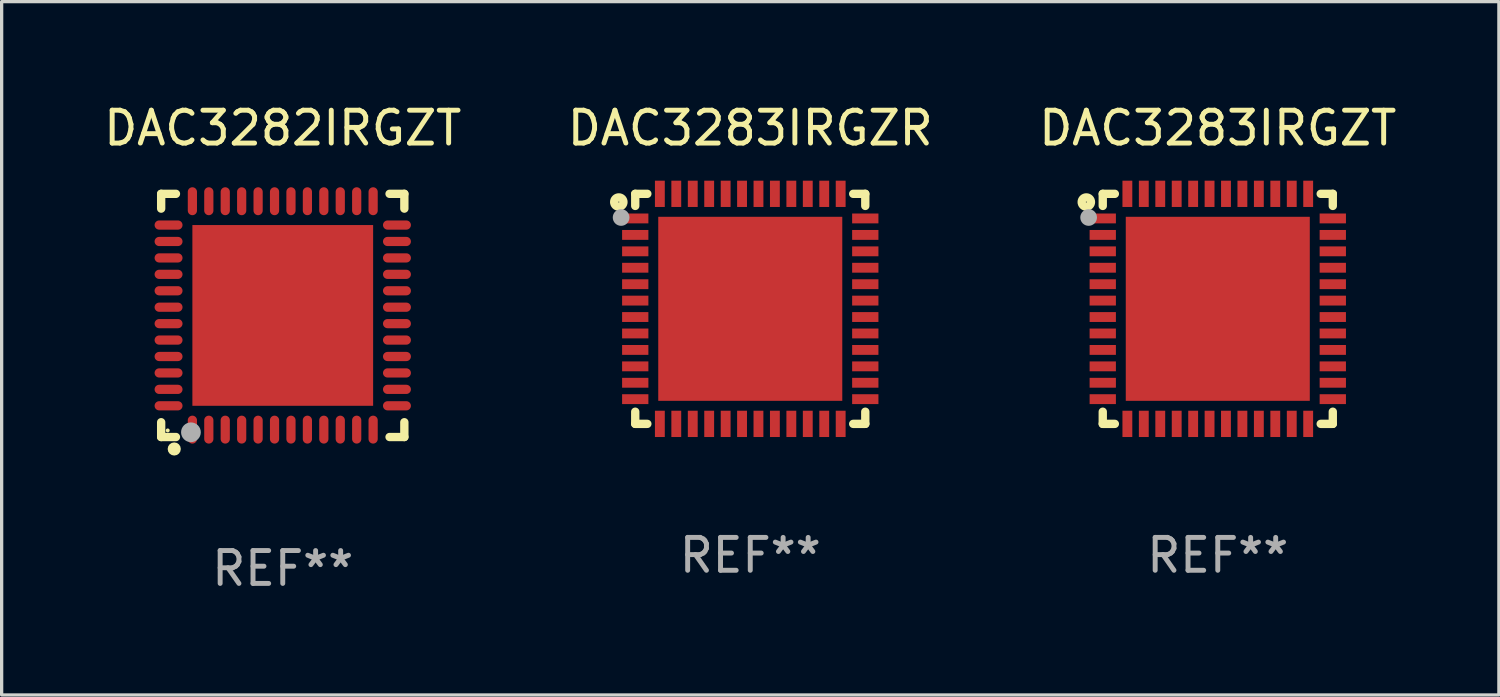
<source format=kicad_pcb>
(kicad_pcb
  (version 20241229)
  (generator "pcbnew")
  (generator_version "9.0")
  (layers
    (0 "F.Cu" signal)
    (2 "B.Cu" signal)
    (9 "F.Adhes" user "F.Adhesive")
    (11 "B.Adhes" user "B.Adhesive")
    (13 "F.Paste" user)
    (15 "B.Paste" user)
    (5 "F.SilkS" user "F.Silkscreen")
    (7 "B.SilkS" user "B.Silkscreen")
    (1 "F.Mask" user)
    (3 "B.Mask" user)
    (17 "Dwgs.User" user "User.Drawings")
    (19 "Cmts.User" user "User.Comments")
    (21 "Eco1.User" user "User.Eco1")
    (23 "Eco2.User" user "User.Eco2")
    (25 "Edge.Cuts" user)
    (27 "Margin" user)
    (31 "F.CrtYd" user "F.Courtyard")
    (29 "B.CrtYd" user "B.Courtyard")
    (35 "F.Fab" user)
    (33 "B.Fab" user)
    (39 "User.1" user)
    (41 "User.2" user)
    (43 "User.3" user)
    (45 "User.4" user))
  (footprint "DAC3282IRGZT"
    (layer "F.Cu")
    (at 5.554 6.548)
    (property "Reference" "DAC3282IRGZT" (at 0 -5.7 0) (layer "F.SilkS") (effects (font (size 1 1) (thickness 0.15))))
    (attr through_hole)
    (fp_line (start -3.7 -3.7) (end -3.25 -3.7) (stroke (width 0.254) (type solid)) (layer "F.SilkS"))
    (fp_line (start -3.7 -3.25) (end -3.7 -3.7) (stroke (width 0.254) (type solid)) (layer "F.SilkS"))
    (fp_line (start -3.7 3.7) (end -3.7 3.25) (stroke (width 0.254) (type solid)) (layer "F.SilkS"))
    (fp_line (start -3.25 3.7) (end -3.7 3.7) (stroke (width 0.254) (type solid)) (layer "F.SilkS"))
    (fp_line (start 3.25 3.7) (end 3.7 3.7) (stroke (width 0.254) (type solid)) (layer "F.SilkS"))
    (fp_line (start 3.7 -3.7) (end 3.25 -3.7) (stroke (width 0.254) (type solid)) (layer "F.SilkS"))
    (fp_line (start 3.7 -3.25) (end 3.7 -3.7) (stroke (width 0.254) (type solid)) (layer "F.SilkS"))
    (fp_line (start 3.7 3.7) (end 3.7 3.25) (stroke (width 0.254) (type solid)) (layer "F.SilkS"))
    (fp_circle (center -3.5 3.5) (end -3.47 3.5) (stroke (width 0.06) (type solid)) (fill no) (layer "F.SilkS"))
    (fp_circle (center -3.302 4.064) (end -3.202 4.064) (stroke (width 0.2) (type solid)) (fill no) (layer "F.SilkS"))
    (fp_circle (center -2.794 3.556) (end -2.644 3.556) (stroke (width 0.3) (type solid)) (fill no) (layer "F.Fab"))
    (fp_text user "REF**" (at 0 7.7 0) (layer "F.Fab") (effects (font (size 1 1) (thickness 0.15))))
    (pad "1" smd oval (at -2.75 3.475) (size 0.28 0.85) (layers "F.Cu" "F.Mask" "F.Paste"))
    (pad "2" smd oval (at -2.25 3.475) (size 0.28 0.85) (layers "F.Cu" "F.Mask" "F.Paste"))
    (pad "3" smd oval (at -1.75 3.475) (size 0.28 0.85) (layers "F.Cu" "F.Mask" "F.Paste"))
    (pad "4" smd oval (at -1.25 3.475) (size 0.28 0.85) (layers "F.Cu" "F.Mask" "F.Paste"))
    (pad "5" smd oval (at -0.75 3.475) (size 0.28 0.85) (layers "F.Cu" "F.Mask" "F.Paste"))
    (pad "6" smd oval (at -0.25 3.475) (size 0.28 0.85) (layers "F.Cu" "F.Mask" "F.Paste"))
    (pad "7" smd oval (at 0.25 3.475) (size 0.28 0.85) (layers "F.Cu" "F.Mask" "F.Paste"))
    (pad "8" smd oval (at 0.75 3.475) (size 0.28 0.85) (layers "F.Cu" "F.Mask" "F.Paste"))
    (pad "9" smd oval (at 1.25 3.475) (size 0.28 0.85) (layers "F.Cu" "F.Mask" "F.Paste"))
    (pad "10" smd oval (at 1.75 3.475) (size 0.28 0.85) (layers "F.Cu" "F.Mask" "F.Paste"))
    (pad "11" smd oval (at 2.25 3.475) (size 0.28 0.85) (layers "F.Cu" "F.Mask" "F.Paste"))
    (pad "12" smd oval (at 2.75 3.475) (size 0.28 0.85) (layers "F.Cu" "F.Mask" "F.Paste"))
    (pad "13" smd oval (at 3.475 2.75) (size 0.85 0.28) (layers "F.Cu" "F.Mask" "F.Paste"))
    (pad "14" smd oval (at 3.475 2.25) (size 0.85 0.28) (layers "F.Cu" "F.Mask" "F.Paste"))
    (pad "15" smd oval (at 3.475 1.75) (size 0.85 0.28) (layers "F.Cu" "F.Mask" "F.Paste"))
    (pad "16" smd oval (at 3.475 1.25) (size 0.85 0.28) (layers "F.Cu" "F.Mask" "F.Paste"))
    (pad "17" smd oval (at 3.475 0.75) (size 0.85 0.28) (layers "F.Cu" "F.Mask" "F.Paste"))
    (pad "18" smd oval (at 3.475 0.25) (size 0.85 0.28) (layers "F.Cu" "F.Mask" "F.Paste"))
    (pad "19" smd oval (at 3.475 -0.25) (size 0.85 0.28) (layers "F.Cu" "F.Mask" "F.Paste"))
    (pad "20" smd oval (at 3.475 -0.75) (size 0.85 0.28) (layers "F.Cu" "F.Mask" "F.Paste"))
    (pad "21" smd oval (at 3.475 -1.25) (size 0.85 0.28) (layers "F.Cu" "F.Mask" "F.Paste"))
    (pad "22" smd oval (at 3.475 -1.75) (size 0.85 0.28) (layers "F.Cu" "F.Mask" "F.Paste"))
    (pad "23" smd oval (at 3.475 -2.25) (size 0.85 0.28) (layers "F.Cu" "F.Mask" "F.Paste"))
    (pad "24" smd oval (at 3.475 -2.75) (size 0.85 0.28) (layers "F.Cu" "F.Mask" "F.Paste"))
    (pad "25" smd oval (at 2.75 -3.475) (size 0.28 0.85) (layers "F.Cu" "F.Mask" "F.Paste"))
    (pad "26" smd oval (at 2.25 -3.475) (size 0.28 0.85) (layers "F.Cu" "F.Mask" "F.Paste"))
    (pad "27" smd oval (at 1.75 -3.475) (size 0.28 0.85) (layers "F.Cu" "F.Mask" "F.Paste"))
    (pad "28" smd oval (at 1.25 -3.475) (size 0.28 0.85) (layers "F.Cu" "F.Mask" "F.Paste"))
    (pad "29" smd oval (at 0.75 -3.475) (size 0.28 0.85) (layers "F.Cu" "F.Mask" "F.Paste"))
    (pad "30" smd oval (at 0.25 -3.475) (size 0.28 0.85) (layers "F.Cu" "F.Mask" "F.Paste"))
    (pad "31" smd oval (at -0.25 -3.475) (size 0.28 0.85) (layers "F.Cu" "F.Mask" "F.Paste"))
    (pad "32" smd oval (at -0.75 -3.475) (size 0.28 0.85) (layers "F.Cu" "F.Mask" "F.Paste"))
    (pad "33" smd oval (at -1.25 -3.475) (size 0.28 0.85) (layers "F.Cu" "F.Mask" "F.Paste"))
    (pad "34" smd oval (at -1.75 -3.475) (size 0.28 0.85) (layers "F.Cu" "F.Mask" "F.Paste"))
    (pad "35" smd oval (at -2.25 -3.475) (size 0.28 0.85) (layers "F.Cu" "F.Mask" "F.Paste"))
    (pad "36" smd oval (at -2.75 -3.475) (size 0.28 0.85) (layers "F.Cu" "F.Mask" "F.Paste"))
    (pad "37" smd oval (at -3.475 -2.75) (size 0.85 0.28) (layers "F.Cu" "F.Mask" "F.Paste"))
    (pad "38" smd oval (at -3.475 -2.25) (size 0.85 0.28) (layers "F.Cu" "F.Mask" "F.Paste"))
    (pad "39" smd oval (at -3.475 -1.75) (size 0.85 0.28) (layers "F.Cu" "F.Mask" "F.Paste"))
    (pad "40" smd oval (at -3.475 -1.25) (size 0.85 0.28) (layers "F.Cu" "F.Mask" "F.Paste"))
    (pad "41" smd oval (at -3.475 -0.75) (size 0.85 0.28) (layers "F.Cu" "F.Mask" "F.Paste"))
    (pad "42" smd oval (at -3.475 -0.25) (size 0.85 0.28) (layers "F.Cu" "F.Mask" "F.Paste"))
    (pad "43" smd oval (at -3.475 0.25) (size 0.85 0.28) (layers "F.Cu" "F.Mask" "F.Paste"))
    (pad "44" smd oval (at -3.475 0.75) (size 0.85 0.28) (layers "F.Cu" "F.Mask" "F.Paste"))
    (pad "45" smd oval (at -3.475 1.25) (size 0.85 0.28) (layers "F.Cu" "F.Mask" "F.Paste"))
    (pad "46" smd oval (at -3.475 1.75) (size 0.85 0.28) (layers "F.Cu" "F.Mask" "F.Paste"))
    (pad "47" smd oval (at -3.475 2.25) (size 0.85 0.28) (layers "F.Cu" "F.Mask" "F.Paste"))
    (pad "48" smd oval (at -3.475 2.75) (size 0.85 0.28) (layers "F.Cu" "F.Mask" "F.Paste"))
    (pad "49" smd rect (at -0.000102 0.000102) (size 5.5 5.5) (layers "F.Cu" "F.Mask" "F.Paste")))
  (footprint "DAC3283IRGZT"
    (layer "F.Cu")
    (at 34.006 6.348)
    (property "Reference" "DAC3283IRGZT" (at 0 -5.5 0) (layer "F.SilkS") (effects (font (size 1 1) (thickness 0.15))))
    (attr through_hole)
    (fp_line (start -3.5 -3.5) (end -3.132 -3.5) (stroke (width 0.254) (type solid)) (layer "F.SilkS"))
    (fp_line (start -3.5 -3.132) (end -3.5 -3.5) (stroke (width 0.254) (type solid)) (layer "F.SilkS"))
    (fp_line (start -3.5 3.5) (end -3.5 3.13) (stroke (width 0.254) (type solid)) (layer "F.SilkS"))
    (fp_line (start -3.132 3.5) (end -3.5 3.5) (stroke (width 0.254) (type solid)) (layer "F.SilkS"))
    (fp_line (start 3.132 -3.5) (end 3.5 -3.5) (stroke (width 0.254) (type solid)) (layer "F.SilkS"))
    (fp_line (start 3.5 -3.5) (end 3.5 -3.132) (stroke (width 0.254) (type solid)) (layer "F.SilkS"))
    (fp_line (start 3.5 3.13) (end 3.5 3.5) (stroke (width 0.254) (type solid)) (layer "F.SilkS"))
    (fp_line (start 3.5 3.5) (end 3.132 3.5) (stroke (width 0.254) (type solid)) (layer "F.SilkS"))
    (fp_circle (center -4 -3.25) (end -3.859 -3.25) (stroke (width 0.254) (type solid)) (fill no) (layer "F.SilkS"))
    (fp_circle (center -3.5 -3.501) (end -3.47 -3.501) (stroke (width 0.06) (type solid)) (fill no) (layer "F.SilkS"))
    (fp_circle (center -3.93 -2.78) (end -3.803 -2.78) (stroke (width 0.254) (type solid)) (fill no) (layer "F.Fab"))
    (fp_text user "REF**" (at 0 7.5 0) (layer "F.Fab") (effects (font (size 1 1) (thickness 0.15))))
    (pad "1" smd rect (at -3.5 -2.751 270) (size 0.3 0.8) (layers "F.Cu" "F.Mask" "F.Paste"))
    (pad "2" smd rect (at -3.5 -2.25 270) (size 0.3 0.8) (layers "F.Cu" "F.Mask" "F.Paste"))
    (pad "3" smd rect (at -3.5 -1.75 270) (size 0.3 0.8) (layers "F.Cu" "F.Mask" "F.Paste"))
    (pad "4" smd rect (at -3.5 -1.251 270) (size 0.3 0.8) (layers "F.Cu" "F.Mask" "F.Paste"))
    (pad "5" smd rect (at -3.5 -0.75 270) (size 0.3 0.8) (layers "F.Cu" "F.Mask" "F.Paste"))
    (pad "6" smd rect (at -3.5 -0.251 270) (size 0.3 0.8) (layers "F.Cu" "F.Mask" "F.Paste"))
    (pad "7" smd rect (at -3.5 0.249 270) (size 0.3 0.8) (layers "F.Cu" "F.Mask" "F.Paste"))
    (pad "8" smd rect (at -3.5 0.749 270) (size 0.3 0.8) (layers "F.Cu" "F.Mask" "F.Paste"))
    (pad "9" smd rect (at -3.5 1.25 270) (size 0.3 0.8) (layers "F.Cu" "F.Mask" "F.Paste"))
    (pad "10" smd rect (at -3.5 1.75 270) (size 0.3 0.8) (layers "F.Cu" "F.Mask" "F.Paste"))
    (pad "11" smd rect (at -3.5 2.249 270) (size 0.3 0.8) (layers "F.Cu" "F.Mask" "F.Paste"))
    (pad "12" smd rect (at -3.5 2.748 270) (size 0.3 0.8) (layers "F.Cu" "F.Mask" "F.Paste"))
    (pad "13" smd rect (at -2.751 3.5 180) (size 0.3 0.8) (layers "F.Cu" "F.Mask" "F.Paste"))
    (pad "14" smd rect (at -2.251 3.5 180) (size 0.3 0.8) (layers "F.Cu" "F.Mask" "F.Paste"))
    (pad "15" smd rect (at -1.75 3.5 180) (size 0.3 0.8) (layers "F.Cu" "F.Mask" "F.Paste"))
    (pad "16" smd rect (at -1.25 3.5 180) (size 0.3 0.8) (layers "F.Cu" "F.Mask" "F.Paste"))
    (pad "17" smd rect (at -0.749 3.5 180) (size 0.3 0.8) (layers "F.Cu" "F.Mask" "F.Paste"))
    (pad "18" smd rect (at -0.25 3.5 180) (size 0.3 0.8) (layers "F.Cu" "F.Mask" "F.Paste"))
    (pad "19" smd rect (at 0.249 3.5 180) (size 0.3 0.8) (layers "F.Cu" "F.Mask" "F.Paste"))
    (pad "20" smd rect (at 0.749 3.5 180) (size 0.3 0.8) (layers "F.Cu" "F.Mask" "F.Paste"))
    (pad "21" smd rect (at 1.25 3.5 180) (size 0.3 0.8) (layers "F.Cu" "F.Mask" "F.Paste"))
    (pad "22" smd rect (at 1.75 3.5 180) (size 0.3 0.8) (layers "F.Cu" "F.Mask" "F.Paste"))
    (pad "23" smd rect (at 2.251 3.5 180) (size 0.3 0.8) (layers "F.Cu" "F.Mask" "F.Paste"))
    (pad "24" smd rect (at 2.751 3.5 180) (size 0.3 0.8) (layers "F.Cu" "F.Mask" "F.Paste"))
    (pad "25" smd rect (at 3.5 2.748 270) (size 0.3 0.8) (layers "F.Cu" "F.Mask" "F.Paste"))
    (pad "26" smd rect (at 3.5 2.249 270) (size 0.3 0.8) (layers "F.Cu" "F.Mask" "F.Paste"))
    (pad "27" smd rect (at 3.5 1.75 270) (size 0.3 0.8) (layers "F.Cu" "F.Mask" "F.Paste"))
    (pad "28" smd rect (at 3.5 1.25 270) (size 0.3 0.8) (layers "F.Cu" "F.Mask" "F.Paste"))
    (pad "29" smd rect (at 3.5 0.749 270) (size 0.3 0.8) (layers "F.Cu" "F.Mask" "F.Paste"))
    (pad "30" smd rect (at 3.5 0.249 270) (size 0.3 0.8) (layers "F.Cu" "F.Mask" "F.Paste"))
    (pad "31" smd rect (at 3.5 -0.251 270) (size 0.3 0.8) (layers "F.Cu" "F.Mask" "F.Paste"))
    (pad "32" smd rect (at 3.5 -0.75 270) (size 0.3 0.8) (layers "F.Cu" "F.Mask" "F.Paste"))
    (pad "33" smd rect (at 3.5 -1.251 270) (size 0.3 0.8) (layers "F.Cu" "F.Mask" "F.Paste"))
    (pad "34" smd rect (at 3.5 -1.75 270) (size 0.3 0.8) (layers "F.Cu" "F.Mask" "F.Paste"))
    (pad "35" smd rect (at 3.5 -2.25 270) (size 0.3 0.8) (layers "F.Cu" "F.Mask" "F.Paste"))
    (pad "36" smd rect (at 3.5 -2.751 270) (size 0.3 0.8) (layers "F.Cu" "F.Mask" "F.Paste"))
    (pad "37" smd rect (at 2.751 -3.5 180) (size 0.3 0.8) (layers "F.Cu" "F.Mask" "F.Paste"))
    (pad "38" smd rect (at 2.251 -3.5 180) (size 0.3 0.8) (layers "F.Cu" "F.Mask" "F.Paste"))
    (pad "39" smd rect (at 1.75 -3.5 180) (size 0.3 0.8) (layers "F.Cu" "F.Mask" "F.Paste"))
    (pad "40" smd rect (at 1.25 -3.5 180) (size 0.3 0.8) (layers "F.Cu" "F.Mask" "F.Paste"))
    (pad "41" smd rect (at 0.749 -3.5 180) (size 0.3 0.8) (layers "F.Cu" "F.Mask" "F.Paste"))
    (pad "42" smd rect (at 0.25 -3.5 180) (size 0.3 0.8) (layers "F.Cu" "F.Mask" "F.Paste"))
    (pad "43" smd rect (at -0.25 -3.5 180) (size 0.3 0.8) (layers "F.Cu" "F.Mask" "F.Paste"))
    (pad "44" smd rect (at -0.749 -3.5 180) (size 0.3 0.8) (layers "F.Cu" "F.Mask" "F.Paste"))
    (pad "45" smd rect (at -1.25 -3.5 180) (size 0.3 0.8) (layers "F.Cu" "F.Mask" "F.Paste"))
    (pad "46" smd rect (at -1.75 -3.5 180) (size 0.3 0.8) (layers "F.Cu" "F.Mask" "F.Paste"))
    (pad "47" smd rect (at -2.251 -3.5 180) (size 0.3 0.8) (layers "F.Cu" "F.Mask" "F.Paste"))
    (pad "48" smd rect (at -2.751 -3.5 180) (size 0.3 0.8) (layers "F.Cu" "F.Mask" "F.Paste"))
    (pad "49" smd rect (at 0.000127 -0.001 180) (size 5.6 5.6) (layers "F.Cu" "F.Mask" "F.Paste")))
  (footprint "DAC3283IRGZR"
    (layer "F.Cu")
    (at 19.78 6.348)
    (property "Reference" "DAC3283IRGZR" (at 0 -5.5 0) (layer "F.SilkS") (effects (font (size 1 1) (thickness 0.15))))
    (attr through_hole)
    (fp_line (start -3.5 -3.5) (end -3.132 -3.5) (stroke (width 0.254) (type solid)) (layer "F.SilkS"))
    (fp_line (start -3.5 -3.132) (end -3.5 -3.5) (stroke (width 0.254) (type solid)) (layer "F.SilkS"))
    (fp_line (start -3.5 3.5) (end -3.5 3.13) (stroke (width 0.254) (type solid)) (layer "F.SilkS"))
    (fp_line (start -3.132 3.5) (end -3.5 3.5) (stroke (width 0.254) (type solid)) (layer "F.SilkS"))
    (fp_line (start 3.132 -3.5) (end 3.5 -3.5) (stroke (width 0.254) (type solid)) (layer "F.SilkS"))
    (fp_line (start 3.5 -3.5) (end 3.5 -3.132) (stroke (width 0.254) (type solid)) (layer "F.SilkS"))
    (fp_line (start 3.5 3.13) (end 3.5 3.5) (stroke (width 0.254) (type solid)) (layer "F.SilkS"))
    (fp_line (start 3.5 3.5) (end 3.132 3.5) (stroke (width 0.254) (type solid)) (layer "F.SilkS"))
    (fp_circle (center -4 -3.25) (end -3.859 -3.25) (stroke (width 0.254) (type solid)) (fill no) (layer "F.SilkS"))
    (fp_circle (center -3.5 -3.501) (end -3.47 -3.501) (stroke (width 0.06) (type solid)) (fill no) (layer "F.SilkS"))
    (fp_circle (center -3.93 -2.78) (end -3.803 -2.78) (stroke (width 0.254) (type solid)) (fill no) (layer "F.Fab"))
    (fp_text user "REF**" (at 0 7.5 0) (layer "F.Fab") (effects (font (size 1 1) (thickness 0.15))))
    (pad "1" smd rect (at -3.5 -2.751 270) (size 0.3 0.8) (layers "F.Cu" "F.Mask" "F.Paste"))
    (pad "2" smd rect (at -3.5 -2.25 270) (size 0.3 0.8) (layers "F.Cu" "F.Mask" "F.Paste"))
    (pad "3" smd rect (at -3.5 -1.75 270) (size 0.3 0.8) (layers "F.Cu" "F.Mask" "F.Paste"))
    (pad "4" smd rect (at -3.5 -1.251 270) (size 0.3 0.8) (layers "F.Cu" "F.Mask" "F.Paste"))
    (pad "5" smd rect (at -3.5 -0.75 270) (size 0.3 0.8) (layers "F.Cu" "F.Mask" "F.Paste"))
    (pad "6" smd rect (at -3.5 -0.251 270) (size 0.3 0.8) (layers "F.Cu" "F.Mask" "F.Paste"))
    (pad "7" smd rect (at -3.5 0.249 270) (size 0.3 0.8) (layers "F.Cu" "F.Mask" "F.Paste"))
    (pad "8" smd rect (at -3.5 0.749 270) (size 0.3 0.8) (layers "F.Cu" "F.Mask" "F.Paste"))
    (pad "9" smd rect (at -3.5 1.25 270) (size 0.3 0.8) (layers "F.Cu" "F.Mask" "F.Paste"))
    (pad "10" smd rect (at -3.5 1.75 270) (size 0.3 0.8) (layers "F.Cu" "F.Mask" "F.Paste"))
    (pad "11" smd rect (at -3.5 2.249 270) (size 0.3 0.8) (layers "F.Cu" "F.Mask" "F.Paste"))
    (pad "12" smd rect (at -3.5 2.748 270) (size 0.3 0.8) (layers "F.Cu" "F.Mask" "F.Paste"))
    (pad "13" smd rect (at -2.751 3.5 180) (size 0.3 0.8) (layers "F.Cu" "F.Mask" "F.Paste"))
    (pad "14" smd rect (at -2.251 3.5 180) (size 0.3 0.8) (layers "F.Cu" "F.Mask" "F.Paste"))
    (pad "15" smd rect (at -1.75 3.5 180) (size 0.3 0.8) (layers "F.Cu" "F.Mask" "F.Paste"))
    (pad "16" smd rect (at -1.25 3.5 180) (size 0.3 0.8) (layers "F.Cu" "F.Mask" "F.Paste"))
    (pad "17" smd rect (at -0.749 3.5 180) (size 0.3 0.8) (layers "F.Cu" "F.Mask" "F.Paste"))
    (pad "18" smd rect (at -0.25 3.5 180) (size 0.3 0.8) (layers "F.Cu" "F.Mask" "F.Paste"))
    (pad "19" smd rect (at 0.249 3.5 180) (size 0.3 0.8) (layers "F.Cu" "F.Mask" "F.Paste"))
    (pad "20" smd rect (at 0.749 3.5 180) (size 0.3 0.8) (layers "F.Cu" "F.Mask" "F.Paste"))
    (pad "21" smd rect (at 1.25 3.5 180) (size 0.3 0.8) (layers "F.Cu" "F.Mask" "F.Paste"))
    (pad "22" smd rect (at 1.75 3.5 180) (size 0.3 0.8) (layers "F.Cu" "F.Mask" "F.Paste"))
    (pad "23" smd rect (at 2.251 3.5 180) (size 0.3 0.8) (layers "F.Cu" "F.Mask" "F.Paste"))
    (pad "24" smd rect (at 2.751 3.5 180) (size 0.3 0.8) (layers "F.Cu" "F.Mask" "F.Paste"))
    (pad "25" smd rect (at 3.5 2.748 270) (size 0.3 0.8) (layers "F.Cu" "F.Mask" "F.Paste"))
    (pad "26" smd rect (at 3.5 2.249 270) (size 0.3 0.8) (layers "F.Cu" "F.Mask" "F.Paste"))
    (pad "27" smd rect (at 3.5 1.75 270) (size 0.3 0.8) (layers "F.Cu" "F.Mask" "F.Paste"))
    (pad "28" smd rect (at 3.5 1.25 270) (size 0.3 0.8) (layers "F.Cu" "F.Mask" "F.Paste"))
    (pad "29" smd rect (at 3.5 0.749 270) (size 0.3 0.8) (layers "F.Cu" "F.Mask" "F.Paste"))
    (pad "30" smd rect (at 3.5 0.249 270) (size 0.3 0.8) (layers "F.Cu" "F.Mask" "F.Paste"))
    (pad "31" smd rect (at 3.5 -0.251 270) (size 0.3 0.8) (layers "F.Cu" "F.Mask" "F.Paste"))
    (pad "32" smd rect (at 3.5 -0.75 270) (size 0.3 0.8) (layers "F.Cu" "F.Mask" "F.Paste"))
    (pad "33" smd rect (at 3.5 -1.251 270) (size 0.3 0.8) (layers "F.Cu" "F.Mask" "F.Paste"))
    (pad "34" smd rect (at 3.5 -1.75 270) (size 0.3 0.8) (layers "F.Cu" "F.Mask" "F.Paste"))
    (pad "35" smd rect (at 3.5 -2.25 270) (size 0.3 0.8) (layers "F.Cu" "F.Mask" "F.Paste"))
    (pad "36" smd rect (at 3.5 -2.751 270) (size 0.3 0.8) (layers "F.Cu" "F.Mask" "F.Paste"))
    (pad "37" smd rect (at 2.751 -3.5 180) (size 0.3 0.8) (layers "F.Cu" "F.Mask" "F.Paste"))
    (pad "38" smd rect (at 2.251 -3.5 180) (size 0.3 0.8) (layers "F.Cu" "F.Mask" "F.Paste"))
    (pad "39" smd rect (at 1.75 -3.5 180) (size 0.3 0.8) (layers "F.Cu" "F.Mask" "F.Paste"))
    (pad "40" smd rect (at 1.25 -3.5 180) (size 0.3 0.8) (layers "F.Cu" "F.Mask" "F.Paste"))
    (pad "41" smd rect (at 0.749 -3.5 180) (size 0.3 0.8) (layers "F.Cu" "F.Mask" "F.Paste"))
    (pad "42" smd rect (at 0.25 -3.5 180) (size 0.3 0.8) (layers "F.Cu" "F.Mask" "F.Paste"))
    (pad "43" smd rect (at -0.25 -3.5 180) (size 0.3 0.8) (layers "F.Cu" "F.Mask" "F.Paste"))
    (pad "44" smd rect (at -0.749 -3.5 180) (size 0.3 0.8) (layers "F.Cu" "F.Mask" "F.Paste"))
    (pad "45" smd rect (at -1.25 -3.5 180) (size 0.3 0.8) (layers "F.Cu" "F.Mask" "F.Paste"))
    (pad "46" smd rect (at -1.75 -3.5 180) (size 0.3 0.8) (layers "F.Cu" "F.Mask" "F.Paste"))
    (pad "47" smd rect (at -2.251 -3.5 180) (size 0.3 0.8) (layers "F.Cu" "F.Mask" "F.Paste"))
    (pad "48" smd rect (at -2.751 -3.5 180) (size 0.3 0.8) (layers "F.Cu" "F.Mask" "F.Paste"))
    (pad "49" smd rect (at 0.000127 -0.001 180) (size 5.6 5.6) (layers "F.Cu" "F.Mask" "F.Paste")))
  (gr_rect
    (start -3 -3)
    (end 42.56 18.097)
    (stroke (width 0.1) (type default))
    (fill no)
    (layer "Edge.Cuts")))
</source>
